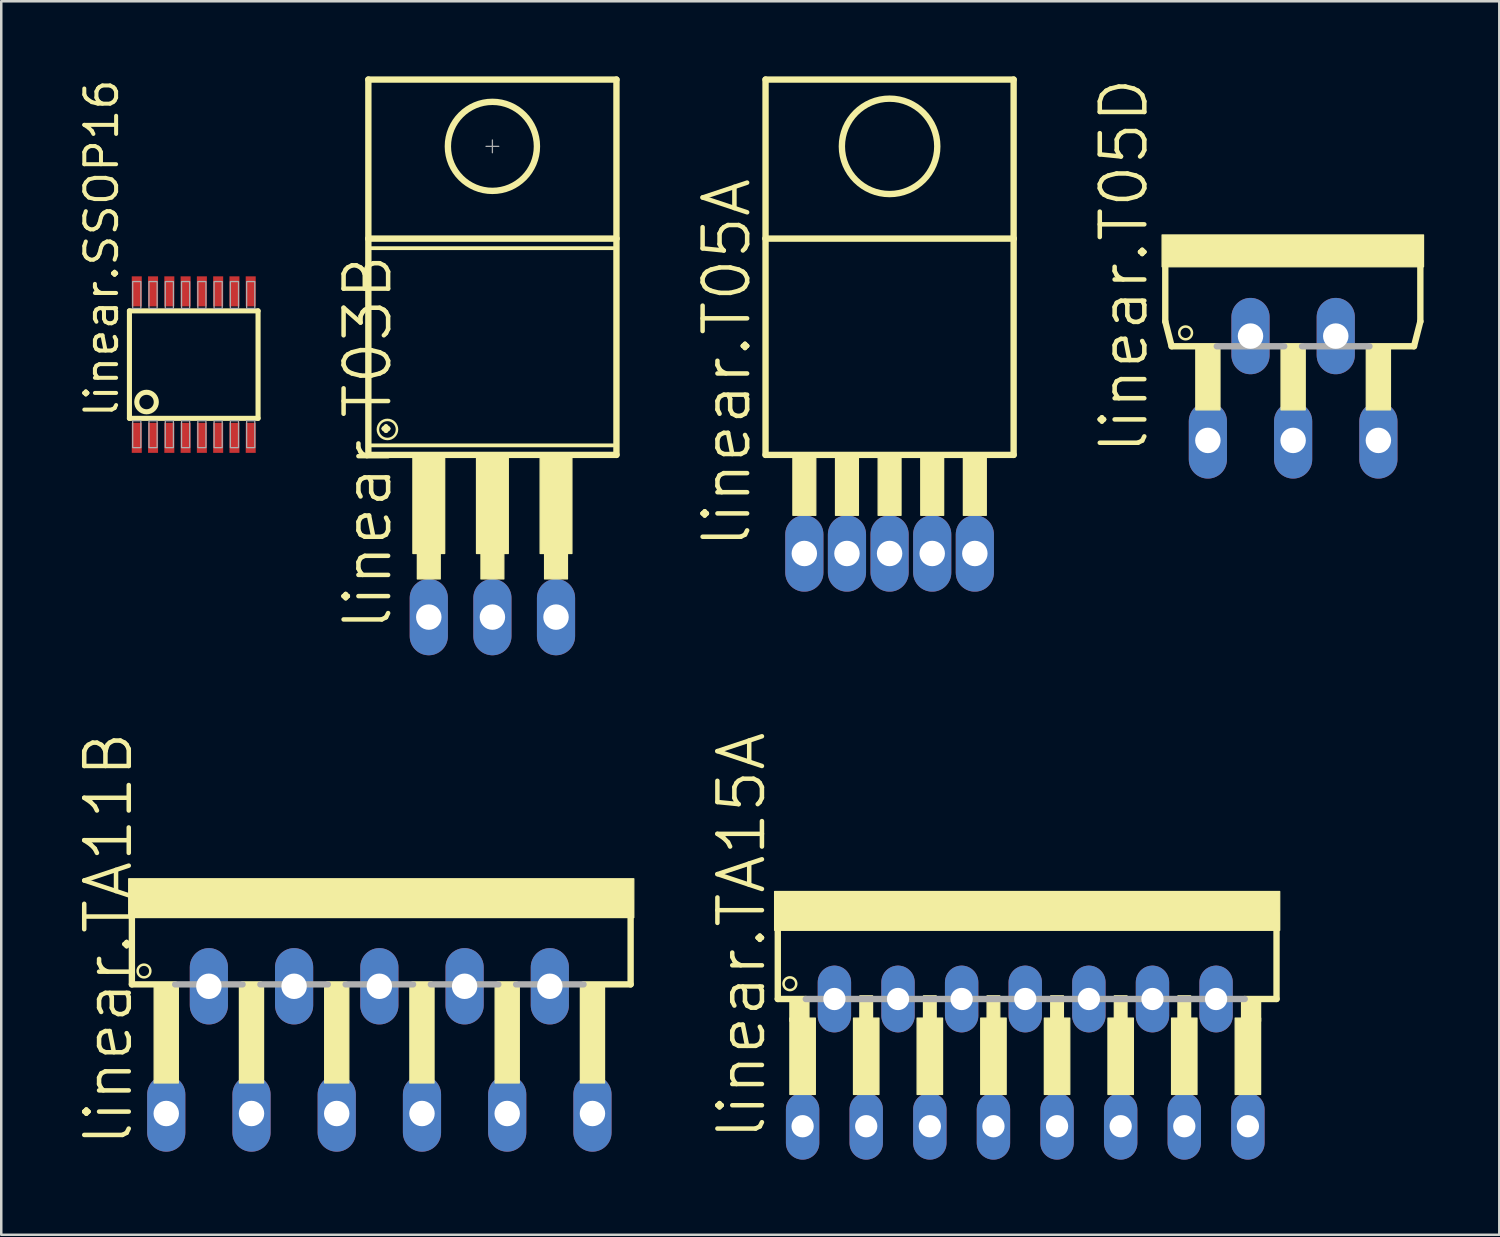
<source format=kicad_pcb>
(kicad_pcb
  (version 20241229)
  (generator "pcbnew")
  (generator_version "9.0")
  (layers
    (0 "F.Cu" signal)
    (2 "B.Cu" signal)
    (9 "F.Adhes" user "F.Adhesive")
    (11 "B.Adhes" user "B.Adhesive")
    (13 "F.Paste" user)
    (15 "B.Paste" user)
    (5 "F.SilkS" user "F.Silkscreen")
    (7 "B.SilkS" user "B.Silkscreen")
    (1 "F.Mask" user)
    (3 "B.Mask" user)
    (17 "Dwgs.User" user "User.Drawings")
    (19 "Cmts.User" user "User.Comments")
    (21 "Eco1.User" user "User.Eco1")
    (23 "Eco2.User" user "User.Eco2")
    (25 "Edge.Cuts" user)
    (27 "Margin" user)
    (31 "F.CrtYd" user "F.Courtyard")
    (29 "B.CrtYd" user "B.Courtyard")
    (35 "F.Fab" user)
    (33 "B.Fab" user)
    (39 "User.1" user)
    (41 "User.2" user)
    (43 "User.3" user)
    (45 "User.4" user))
  (footprint "linear.T03B"
    (layer "F.Cu")
    (at 16.611 10.16)
    (property "Reference" "linear.T03B" (at -3.937 12.065 90) (layer "F.SilkS") (effects (font (size 1.778 1.778) (thickness 0.18)) (justify left bottom)))
    (attr through_hole)
    (fp_line (start -4.953 -10.033) (end 4.953 -10.033) (stroke (width 0.254) (type default)) (layer "F.SilkS"))
    (fp_line (start -4.953 -3.683) (end -4.953 -10.033) (stroke (width 0.254) (type default)) (layer "F.SilkS"))
    (fp_line (start -4.953 -3.683) (end 4.953 -3.683) (stroke (width 0.254) (type default)) (layer "F.SilkS"))
    (fp_line (start -4.953 4.953) (end -4.953 -3.683) (stroke (width 0.254) (type default)) (layer "F.SilkS"))
    (fp_line (start -4.826 -3.302) (end 4.826 -3.302) (stroke (width 0.152) (type default)) (layer "F.SilkS"))
    (fp_line (start -4.826 4.572) (end 4.826 4.572) (stroke (width 0.152) (type default)) (layer "F.SilkS"))
    (fp_line (start 4.953 -10.033) (end 4.953 -3.683) (stroke (width 0.254) (type default)) (layer "F.SilkS"))
    (fp_line (start 4.953 -3.683) (end 4.953 4.953) (stroke (width 0.254) (type default)) (layer "F.SilkS"))
    (fp_line (start 4.953 4.953) (end -4.953 4.953) (stroke (width 0.254) (type default)) (layer "F.SilkS"))
    (fp_rect (start -3.175 8.89) (end -1.905 5.029) (stroke (width 0.05) (type default)) (fill yes) (layer "F.SilkS"))
    (fp_rect (start -2.997 9.906) (end -2.083 8.839) (stroke (width 0.05) (type default)) (fill yes) (layer "F.SilkS"))
    (fp_rect (start -0.635 8.89) (end 0.635 5.029) (stroke (width 0.05) (type default)) (fill yes) (layer "F.SilkS"))
    (fp_rect (start -0.457 9.906) (end 0.457 8.839) (stroke (width 0.05) (type default)) (fill yes) (layer "F.SilkS"))
    (fp_rect (start 1.905 8.89) (end 3.175 5.029) (stroke (width 0.05) (type default)) (fill yes) (layer "F.SilkS"))
    (fp_rect (start 2.083 9.906) (end 2.997 8.839) (stroke (width 0.05) (type default)) (fill yes) (layer "F.SilkS"))
    (fp_circle (center -4.191 3.937) (end -3.81 3.937) (stroke (width 0.1) (type default)) (fill no) (layer "F.SilkS"))
    (fp_circle (center 0 -7.366) (end 1.778 -7.366) (stroke (width 0.254) (type default)) (fill no) (layer "F.SilkS"))
    (fp_line (start -0.254 -7.366) (end 0.254 -7.366) (stroke (width 0.051) (type default)) (layer "F.Fab"))
    (fp_line (start 0 -7.62) (end 0 -7.112) (stroke (width 0.051) (type default)) (layer "F.Fab"))
    (pad "1" thru_hole oval (at -2.54 11.43 90) (size 3.048 1.524) (drill 1.016) (layers "*.Cu" "*.Mask"))
    (pad "2" thru_hole oval (at 0 11.43 90) (size 3.048 1.524) (drill 1.016) (layers "*.Cu" "*.Mask"))
    (pad "3" thru_hole oval (at 2.54 11.43 90) (size 3.048 1.524) (drill 1.016) (layers "*.Cu" "*.Mask")))
  (footprint "linear.T05A"
    (layer "F.Cu")
    (at 32.47 10.16)
    (property "Reference" "linear.T05A" (at -5.461 8.763 90) (layer "F.SilkS") (effects (font (size 1.778 1.778) (thickness 0.18)) (justify left bottom)))
    (attr through_hole)
    (fp_line (start -4.953 -10.033) (end 4.953 -10.033) (stroke (width 0.254) (type default)) (layer "F.SilkS"))
    (fp_line (start -4.953 -3.683) (end -4.953 -10.033) (stroke (width 0.254) (type default)) (layer "F.SilkS"))
    (fp_line (start -4.953 -3.683) (end 4.953 -3.683) (stroke (width 0.254) (type default)) (layer "F.SilkS"))
    (fp_line (start -4.953 4.953) (end -4.953 -3.683) (stroke (width 0.254) (type default)) (layer "F.SilkS"))
    (fp_line (start 4.953 -10.033) (end 4.953 -3.683) (stroke (width 0.254) (type default)) (layer "F.SilkS"))
    (fp_line (start 4.953 -3.683) (end 4.953 4.953) (stroke (width 0.254) (type default)) (layer "F.SilkS"))
    (fp_line (start 4.953 4.953) (end -4.953 4.953) (stroke (width 0.254) (type default)) (layer "F.SilkS"))
    (fp_rect (start -3.861 7.366) (end -2.946 4.953) (stroke (width 0.05) (type default)) (fill yes) (layer "F.SilkS"))
    (fp_rect (start -2.159 7.366) (end -1.245 4.953) (stroke (width 0.05) (type default)) (fill yes) (layer "F.SilkS"))
    (fp_rect (start -0.457 7.366) (end 0.457 4.953) (stroke (width 0.05) (type default)) (fill yes) (layer "F.SilkS"))
    (fp_rect (start 1.245 7.366) (end 2.159 4.953) (stroke (width 0.05) (type default)) (fill yes) (layer "F.SilkS"))
    (fp_rect (start 2.946 7.366) (end 3.861 4.953) (stroke (width 0.05) (type default)) (fill yes) (layer "F.SilkS"))
    (fp_circle (center 0 -7.366) (end 1.905 -7.366) (stroke (width 0.254) (type default)) (fill no) (layer "F.SilkS"))
    (pad "1" thru_hole oval (at -3.404 8.89 90) (size 3.048 1.524) (drill 1.016) (layers "*.Cu" "*.Mask"))
    (pad "2" thru_hole oval (at -1.702 8.89 90) (size 3.048 1.524) (drill 1.016) (layers "*.Cu" "*.Mask"))
    (pad "3" thru_hole oval (at 0 8.89 90) (size 3.048 1.524) (drill 1.016) (layers "*.Cu" "*.Mask"))
    (pad "4" thru_hole oval (at 1.702 8.89 90) (size 3.048 1.524) (drill 1.016) (layers "*.Cu" "*.Mask"))
    (pad "5" thru_hole oval (at 3.404 8.89 90) (size 3.048 1.524) (drill 1.016) (layers "*.Cu" "*.Mask")))
  (footprint "linear.SSOP16"
    (layer "F.Cu")
    (at 4.686 11.508)
    (property "Reference" "linear.SSOP16" (at -2.936 2.204 90) (layer "F.SilkS") (effects (font (size 1.27 1.27) (thickness 0.16)) (justify left bottom)))
    (attr smd)
    (fp_line (start -2.568 -2.145) (end 2.568 -2.145) (stroke (width 0.203) (type default)) (layer "F.SilkS"))
    (fp_line (start -2.568 2.145) (end -2.568 -2.145) (stroke (width 0.203) (type default)) (layer "F.SilkS"))
    (fp_line (start 2.568 -2.145) (end 2.568 2.145) (stroke (width 0.203) (type default)) (layer "F.SilkS"))
    (fp_line (start 2.568 2.145) (end -2.568 2.145) (stroke (width 0.203) (type default)) (layer "F.SilkS"))
    (fp_circle (center -1.885 1.495) (end -1.495 1.495) (stroke (width 0.203) (type default)) (fill no) (layer "F.SilkS"))
    (fp_rect (start -2.438 -2.243) (end -2.112 -3.315) (stroke (width 0.05) (type default)) (fill no) (layer "F.Fab"))
    (fp_rect (start -2.438 3.315) (end -2.112 2.243) (stroke (width 0.05) (type default)) (fill no) (layer "F.Fab"))
    (fp_rect (start -1.788 -2.243) (end -1.462 -3.315) (stroke (width 0.05) (type default)) (fill no) (layer "F.Fab"))
    (fp_rect (start -1.788 3.315) (end -1.462 2.243) (stroke (width 0.05) (type default)) (fill no) (layer "F.Fab"))
    (fp_rect (start -1.137 -2.243) (end -0.812 -3.315) (stroke (width 0.05) (type default)) (fill no) (layer "F.Fab"))
    (fp_rect (start -1.137 3.315) (end -0.812 2.243) (stroke (width 0.05) (type default)) (fill no) (layer "F.Fab"))
    (fp_rect (start -0.487 -2.243) (end -0.163 -3.315) (stroke (width 0.05) (type default)) (fill no) (layer "F.Fab"))
    (fp_rect (start -0.487 3.315) (end -0.163 2.243) (stroke (width 0.05) (type default)) (fill no) (layer "F.Fab"))
    (fp_rect (start 0.163 -2.243) (end 0.487 -3.315) (stroke (width 0.05) (type default)) (fill no) (layer "F.Fab"))
    (fp_rect (start 0.163 3.315) (end 0.487 2.243) (stroke (width 0.05) (type default)) (fill no) (layer "F.Fab"))
    (fp_rect (start 0.812 -2.243) (end 1.137 -3.315) (stroke (width 0.05) (type default)) (fill no) (layer "F.Fab"))
    (fp_rect (start 0.812 3.315) (end 1.137 2.243) (stroke (width 0.05) (type default)) (fill no) (layer "F.Fab"))
    (fp_rect (start 1.462 -2.243) (end 1.788 -3.315) (stroke (width 0.05) (type default)) (fill no) (layer "F.Fab"))
    (fp_rect (start 1.462 3.315) (end 1.788 2.243) (stroke (width 0.05) (type default)) (fill no) (layer "F.Fab"))
    (fp_rect (start 2.112 -2.243) (end 2.438 -3.315) (stroke (width 0.05) (type default)) (fill no) (layer "F.Fab"))
    (fp_rect (start 2.112 3.315) (end 2.438 2.243) (stroke (width 0.05) (type default)) (fill no) (layer "F.Fab"))
    (pad "1" smd roundrect (at -2.275 2.925) (size 0.4 1.2) (layers "F.Cu" "F.Mask" "F.Paste") (roundrect_rratio 0.01))
    (pad "2" smd roundrect (at -1.625 2.925) (size 0.4 1.2) (layers "F.Cu" "F.Mask" "F.Paste") (roundrect_rratio 0.01))
    (pad "3" smd roundrect (at -0.975 2.925) (size 0.4 1.2) (layers "F.Cu" "F.Mask" "F.Paste") (roundrect_rratio 0.01))
    (pad "4" smd roundrect (at -0.325 2.925) (size 0.4 1.2) (layers "F.Cu" "F.Mask" "F.Paste") (roundrect_rratio 0.01))
    (pad "5" smd roundrect (at 0.325 2.925) (size 0.4 1.2) (layers "F.Cu" "F.Mask" "F.Paste") (roundrect_rratio 0.01))
    (pad "6" smd roundrect (at 0.975 2.925) (size 0.4 1.2) (layers "F.Cu" "F.Mask" "F.Paste") (roundrect_rratio 0.01))
    (pad "7" smd roundrect (at 1.625 2.925) (size 0.4 1.2) (layers "F.Cu" "F.Mask" "F.Paste") (roundrect_rratio 0.01))
    (pad "8" smd roundrect (at 2.275 2.925) (size 0.4 1.2) (layers "F.Cu" "F.Mask" "F.Paste") (roundrect_rratio 0.01))
    (pad "9" smd roundrect (at 2.275 -2.925) (size 0.4 1.2) (layers "F.Cu" "F.Mask" "F.Paste") (roundrect_rratio 0.01))
    (pad "10" smd roundrect (at 1.625 -2.925) (size 0.4 1.2) (layers "F.Cu" "F.Mask" "F.Paste") (roundrect_rratio 0.01))
    (pad "11" smd roundrect (at 0.975 -2.925) (size 0.4 1.2) (layers "F.Cu" "F.Mask" "F.Paste") (roundrect_rratio 0.01))
    (pad "12" smd roundrect (at 0.325 -2.925) (size 0.4 1.2) (layers "F.Cu" "F.Mask" "F.Paste") (roundrect_rratio 0.01))
    (pad "13" smd roundrect (at -0.325 -2.925) (size 0.4 1.2) (layers "F.Cu" "F.Mask" "F.Paste") (roundrect_rratio 0.01))
    (pad "14" smd roundrect (at -0.975 -2.925) (size 0.4 1.2) (layers "F.Cu" "F.Mask" "F.Paste") (roundrect_rratio 0.01))
    (pad "15" smd roundrect (at -1.625 -2.925) (size 0.4 1.2) (layers "F.Cu" "F.Mask" "F.Paste") (roundrect_rratio 0.01))
    (pad "16" smd roundrect (at -2.275 -2.925) (size 0.4 1.2) (layers "F.Cu" "F.Mask" "F.Paste") (roundrect_rratio 0.01)))
  (footprint "linear.TA15A"
    (layer "F.Cu")
    (at 37.887 35.569)
    (property "Reference" "linear.TA15A" (at -10.287 6.985 90) (layer "F.SilkS") (effects (font (size 1.778 1.778) (thickness 0.18)) (justify left bottom)))
    (attr through_hole)
    (fp_line (start -9.881 -1.549) (end -9.881 1.27) (stroke (width 0.254) (type default)) (layer "F.SilkS"))
    (fp_line (start -8.763 1.27) (end -9.881 1.27) (stroke (width 0.254) (type default)) (layer "F.SilkS"))
    (fp_line (start 8.763 1.27) (end 10.033 1.27) (stroke (width 0.254) (type default)) (layer "F.SilkS"))
    (fp_line (start 10.033 1.27) (end 10.033 -2.134) (stroke (width 0.254) (type default)) (layer "F.SilkS"))
    (fp_rect (start -10.008 -1.473) (end 10.16 -3.023) (stroke (width 0.05) (type default)) (fill yes) (layer "F.SilkS"))
    (fp_rect (start -9.398 2.159) (end -8.636 1.27) (stroke (width 0.05) (type default)) (fill yes) (layer "F.SilkS"))
    (fp_rect (start -9.398 5.08) (end -8.382 2.032) (stroke (width 0.05) (type default)) (fill yes) (layer "F.SilkS"))
    (fp_rect (start -6.858 5.08) (end -5.842 2.032) (stroke (width 0.05) (type default)) (fill yes) (layer "F.SilkS"))
    (fp_rect (start -6.604 2.286) (end -6.096 1.143) (stroke (width 0.05) (type default)) (fill yes) (layer "F.SilkS"))
    (fp_rect (start -4.318 5.08) (end -3.302 2.032) (stroke (width 0.05) (type default)) (fill yes) (layer "F.SilkS"))
    (fp_rect (start -4.064 2.286) (end -3.556 1.143) (stroke (width 0.05) (type default)) (fill yes) (layer "F.SilkS"))
    (fp_rect (start -1.778 5.08) (end -0.762 2.032) (stroke (width 0.05) (type default)) (fill yes) (layer "F.SilkS"))
    (fp_rect (start -1.524 2.286) (end -1.016 1.143) (stroke (width 0.05) (type default)) (fill yes) (layer "F.SilkS"))
    (fp_rect (start 0.762 5.08) (end 1.778 2.032) (stroke (width 0.05) (type default)) (fill yes) (layer "F.SilkS"))
    (fp_rect (start 1.016 2.286) (end 1.524 1.143) (stroke (width 0.05) (type default)) (fill yes) (layer "F.SilkS"))
    (fp_rect (start 3.302 5.08) (end 4.318 2.032) (stroke (width 0.05) (type default)) (fill yes) (layer "F.SilkS"))
    (fp_rect (start 3.556 2.286) (end 4.064 1.143) (stroke (width 0.05) (type default)) (fill yes) (layer "F.SilkS"))
    (fp_rect (start 5.842 5.08) (end 6.858 2.032) (stroke (width 0.05) (type default)) (fill yes) (layer "F.SilkS"))
    (fp_rect (start 6.096 2.286) (end 6.604 1.143) (stroke (width 0.05) (type default)) (fill yes) (layer "F.SilkS"))
    (fp_rect (start 8.382 5.08) (end 9.398 2.032) (stroke (width 0.05) (type default)) (fill yes) (layer "F.SilkS"))
    (fp_rect (start 8.636 2.159) (end 9.398 1.27) (stroke (width 0.05) (type default)) (fill yes) (layer "F.SilkS"))
    (fp_circle (center -9.398 0.66) (end -9.144 0.66) (stroke (width 0.1) (type default)) (fill no) (layer "F.SilkS"))
    (fp_line (start -8.763 1.27) (end 8.763 1.27) (stroke (width 0.254) (type default)) (layer "F.Fab"))
    (pad "1" thru_hole oval (at -8.89 6.35 90) (size 2.667 1.333) (drill 0.889) (layers "*.Cu" "*.Mask"))
    (pad "2" thru_hole oval (at -7.62 1.27 90) (size 2.667 1.333) (drill 0.889) (layers "*.Cu" "*.Mask"))
    (pad "3" thru_hole oval (at -6.35 6.35 90) (size 2.667 1.333) (drill 0.889) (layers "*.Cu" "*.Mask"))
    (pad "4" thru_hole oval (at -5.08 1.27 90) (size 2.667 1.333) (drill 0.889) (layers "*.Cu" "*.Mask"))
    (pad "5" thru_hole oval (at -3.81 6.35 90) (size 2.667 1.333) (drill 0.889) (layers "*.Cu" "*.Mask"))
    (pad "6" thru_hole oval (at -2.54 1.27 90) (size 2.667 1.333) (drill 0.889) (layers "*.Cu" "*.Mask"))
    (pad "7" thru_hole oval (at -1.27 6.35 90) (size 2.667 1.333) (drill 0.889) (layers "*.Cu" "*.Mask"))
    (pad "8" thru_hole oval (at 0 1.27 90) (size 2.667 1.333) (drill 0.889) (layers "*.Cu" "*.Mask"))
    (pad "9" thru_hole oval (at 1.27 6.35 90) (size 2.667 1.333) (drill 0.889) (layers "*.Cu" "*.Mask"))
    (pad "10" thru_hole oval (at 2.54 1.27 90) (size 2.667 1.333) (drill 0.889) (layers "*.Cu" "*.Mask"))
    (pad "11" thru_hole oval (at 3.81 6.35 90) (size 2.667 1.333) (drill 0.889) (layers "*.Cu" "*.Mask"))
    (pad "12" thru_hole oval (at 5.08 1.27 90) (size 2.667 1.333) (drill 0.889) (layers "*.Cu" "*.Mask"))
    (pad "13" thru_hole oval (at 6.35 6.35 90) (size 2.667 1.333) (drill 0.889) (layers "*.Cu" "*.Mask"))
    (pad "14" thru_hole oval (at 7.62 1.27 90) (size 2.667 1.333) (drill 0.889) (layers "*.Cu" "*.Mask"))
    (pad "15" thru_hole oval (at 8.89 6.35 90) (size 2.667 1.333) (drill 0.889) (layers "*.Cu" "*.Mask")))
  (footprint "linear.TA11B"
    (layer "F.Cu")
    (at 12.097 33.791)
    (property "Reference" "linear.TA11B" (at -9.779 9.017 90) (layer "F.SilkS") (effects (font (size 1.778 1.778) (thickness 0.18)) (justify left bottom)))
    (attr through_hole)
    (fp_line (start -9.881 -0.279) (end -9.881 2.464) (stroke (width 0.254) (type default)) (layer "F.SilkS"))
    (fp_line (start -9.881 2.464) (end -8.153 2.464) (stroke (width 0.254) (type default)) (layer "F.SilkS"))
    (fp_line (start -5.461 2.464) (end -4.75 2.464) (stroke (width 0.254) (type default)) (layer "F.SilkS"))
    (fp_line (start -2.057 2.464) (end -1.346 2.464) (stroke (width 0.254) (type default)) (layer "F.SilkS"))
    (fp_line (start 1.346 2.464) (end 2.057 2.464) (stroke (width 0.254) (type default)) (layer "F.SilkS"))
    (fp_line (start 4.75 2.464) (end 5.461 2.464) (stroke (width 0.254) (type default)) (layer "F.SilkS"))
    (fp_line (start 8.153 2.464) (end 10.033 2.464) (stroke (width 0.254) (type default)) (layer "F.SilkS"))
    (fp_line (start 10.033 2.464) (end 10.033 -0.864) (stroke (width 0.254) (type default)) (layer "F.SilkS"))
    (fp_rect (start -10.008 -0.203) (end 10.16 -1.753) (stroke (width 0.05) (type default)) (fill yes) (layer "F.SilkS"))
    (fp_rect (start -8.992 6.401) (end -8.026 2.54) (stroke (width 0.05) (type default)) (fill yes) (layer "F.SilkS"))
    (fp_rect (start -5.588 6.401) (end -4.623 2.54) (stroke (width 0.05) (type default)) (fill yes) (layer "F.SilkS"))
    (fp_rect (start -2.184 6.401) (end -1.219 2.54) (stroke (width 0.05) (type default)) (fill yes) (layer "F.SilkS"))
    (fp_rect (start 1.219 6.401) (end 2.184 2.54) (stroke (width 0.05) (type default)) (fill yes) (layer "F.SilkS"))
    (fp_rect (start 4.623 6.401) (end 5.588 2.54) (stroke (width 0.05) (type default)) (fill yes) (layer "F.SilkS"))
    (fp_rect (start 8.026 6.401) (end 8.992 2.54) (stroke (width 0.05) (type default)) (fill yes) (layer "F.SilkS"))
    (fp_circle (center -9.398 1.93) (end -9.144 1.93) (stroke (width 0.1) (type default)) (fill no) (layer "F.SilkS"))
    (fp_line (start -8.153 2.464) (end -5.461 2.464) (stroke (width 0.254) (type default)) (layer "F.Fab"))
    (fp_line (start -4.75 2.464) (end -2.057 2.464) (stroke (width 0.254) (type default)) (layer "F.Fab"))
    (fp_line (start -1.346 2.464) (end 1.346 2.464) (stroke (width 0.254) (type default)) (layer "F.Fab"))
    (fp_line (start 2.057 2.464) (end 4.75 2.464) (stroke (width 0.254) (type default)) (layer "F.Fab"))
    (fp_line (start 5.461 2.464) (end 8.153 2.464) (stroke (width 0.254) (type default)) (layer "F.Fab"))
    (pad "1" thru_hole oval (at -8.509 7.62 90) (size 3.048 1.524) (drill 1.016) (layers "*.Cu" "*.Mask"))
    (pad "2" thru_hole oval (at -6.807 2.54 90) (size 3.048 1.524) (drill 1.016) (layers "*.Cu" "*.Mask"))
    (pad "3" thru_hole oval (at -5.105 7.62 90) (size 3.048 1.524) (drill 1.016) (layers "*.Cu" "*.Mask"))
    (pad "4" thru_hole oval (at -3.404 2.54 90) (size 3.048 1.524) (drill 1.016) (layers "*.Cu" "*.Mask"))
    (pad "5" thru_hole oval (at -1.702 7.62 90) (size 3.048 1.524) (drill 1.016) (layers "*.Cu" "*.Mask"))
    (pad "6" thru_hole oval (at 0 2.54 90) (size 3.048 1.524) (drill 1.016) (layers "*.Cu" "*.Mask"))
    (pad "7" thru_hole oval (at 1.702 7.62 90) (size 3.048 1.524) (drill 1.016) (layers "*.Cu" "*.Mask"))
    (pad "8" thru_hole oval (at 3.404 2.54 90) (size 3.048 1.524) (drill 1.016) (layers "*.Cu" "*.Mask"))
    (pad "9" thru_hole oval (at 5.105 7.62 90) (size 3.048 1.524) (drill 1.016) (layers "*.Cu" "*.Mask"))
    (pad "10" thru_hole oval (at 6.807 2.54 90) (size 3.048 1.524) (drill 1.016) (layers "*.Cu" "*.Mask"))
    (pad "11" thru_hole oval (at 8.509 7.62 90) (size 3.048 1.524) (drill 1.016) (layers "*.Cu" "*.Mask")))
  (footprint "linear.T05D"
    (layer "F.Cu")
    (at 48.583 9.455)
    (property "Reference" "linear.T05D" (at -5.715 5.715 90) (layer "F.SilkS") (effects (font (size 1.778 1.778) (thickness 0.18)) (justify left bottom)))
    (attr through_hole)
    (fp_line (start -5.105 -2.007) (end -5.105 0.33) (stroke (width 0.254) (type default)) (layer "F.SilkS"))
    (fp_line (start -5.105 0.33) (end -4.851 1.321) (stroke (width 0.254) (type default)) (layer "F.SilkS"))
    (fp_line (start -4.851 1.321) (end -3.048 1.321) (stroke (width 0.254) (type default)) (layer "F.SilkS"))
    (fp_line (start -0.356 1.321) (end 0.356 1.321) (stroke (width 0.254) (type default)) (layer "F.SilkS"))
    (fp_line (start 3.048 1.321) (end 4.826 1.321) (stroke (width 0.254) (type default)) (layer "F.SilkS"))
    (fp_line (start 4.826 1.321) (end 5.08 0.33) (stroke (width 0.254) (type default)) (layer "F.SilkS"))
    (fp_line (start 5.08 0.33) (end 5.08 -2.007) (stroke (width 0.254) (type default)) (layer "F.SilkS"))
    (fp_rect (start -5.232 -1.854) (end 5.207 -3.124) (stroke (width 0.05) (type default)) (fill yes) (layer "F.SilkS"))
    (fp_rect (start -3.886 3.861) (end -2.921 1.346) (stroke (width 0.05) (type default)) (fill yes) (layer "F.SilkS"))
    (fp_rect (start -0.483 3.861) (end 0.483 1.346) (stroke (width 0.05) (type default)) (fill yes) (layer "F.SilkS"))
    (fp_rect (start 2.921 3.861) (end 3.886 1.346) (stroke (width 0.05) (type default)) (fill yes) (layer "F.SilkS"))
    (fp_circle (center -4.293 0.787) (end -4.039 0.787) (stroke (width 0.1) (type default)) (fill no) (layer "F.SilkS"))
    (fp_line (start -3.048 1.321) (end -0.356 1.321) (stroke (width 0.254) (type default)) (layer "F.Fab"))
    (fp_line (start 0.356 1.321) (end 3.048 1.321) (stroke (width 0.254) (type default)) (layer "F.Fab"))
    (pad "1" thru_hole oval (at -3.404 5.08 90) (size 3.048 1.524) (drill 1.016) (layers "*.Cu" "*.Mask"))
    (pad "2" thru_hole oval (at -1.702 0.914 90) (size 3.048 1.524) (drill 1.016) (layers "*.Cu" "*.Mask"))
    (pad "3" thru_hole oval (at 0 5.08 90) (size 3.048 1.524) (drill 1.016) (layers "*.Cu" "*.Mask"))
    (pad "4" thru_hole oval (at 1.702 0.914 90) (size 3.048 1.524) (drill 1.016) (layers "*.Cu" "*.Mask"))
    (pad "5" thru_hole oval (at 3.404 5.08 90) (size 3.048 1.524) (drill 1.016) (layers "*.Cu" "*.Mask")))
  (gr_rect
    (start -3 -3)
    (end 56.815 46.253)
    (stroke (width 0.1) (type default))
    (fill no)
    (layer "Edge.Cuts")))
</source>
